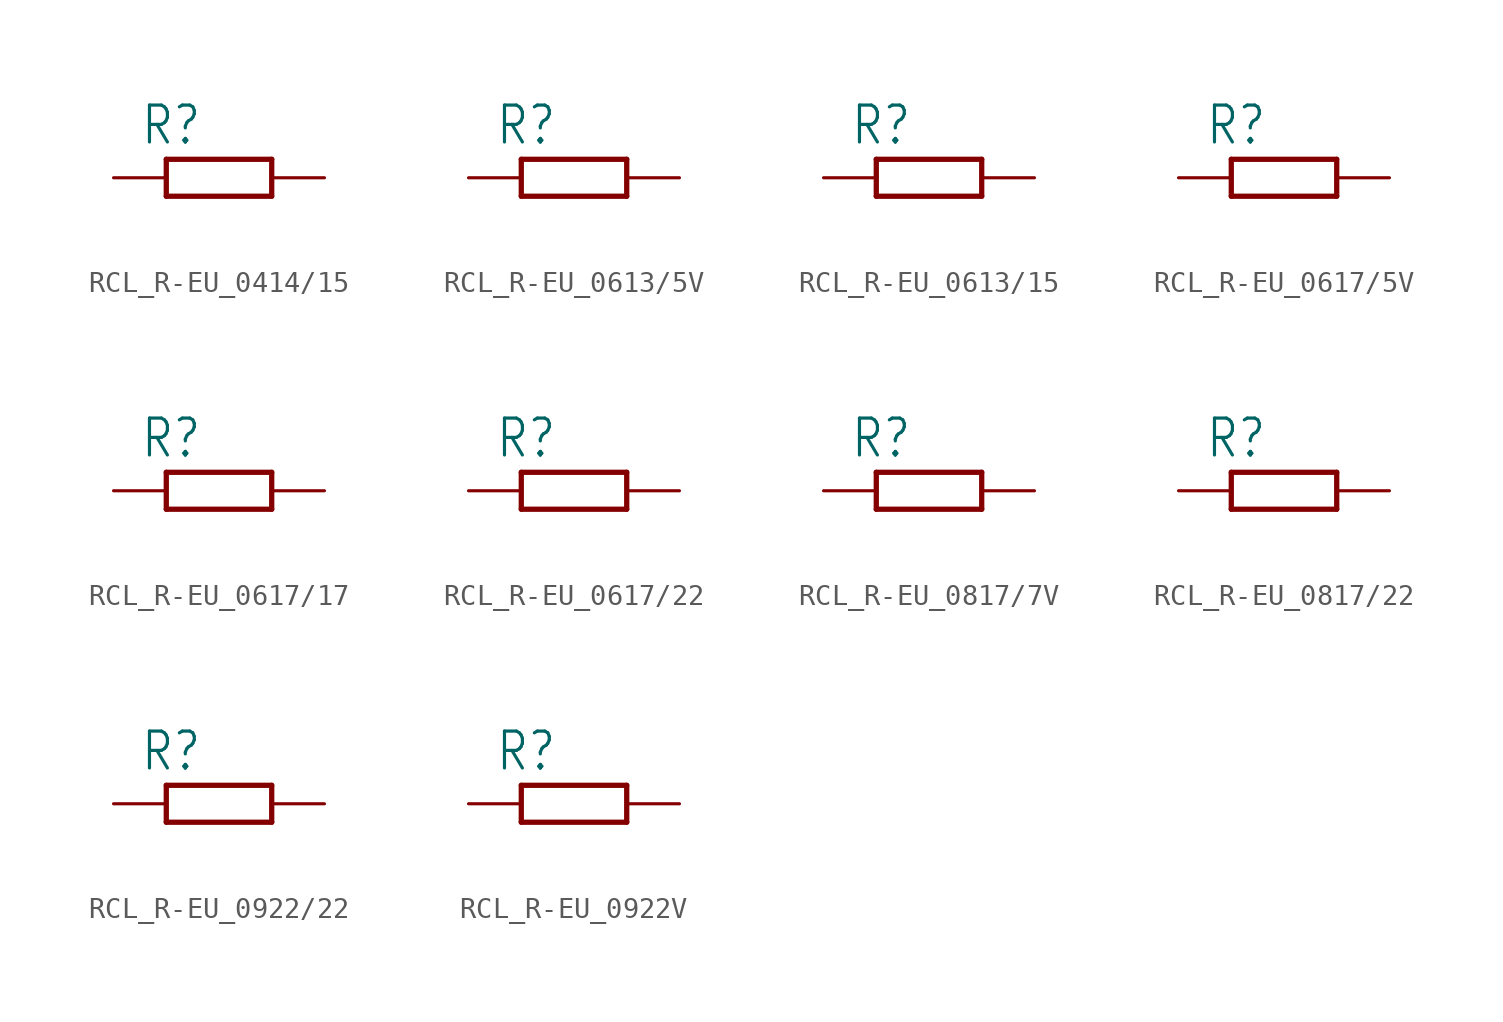
<source format=kicad_sym>
(kicad_symbol_lib
  (version 20241209)
  (generator "kicad_symbol_editor")
  (generator_version "9.0")
  (symbol "RCL_R-EU_0414/15"
    (property "Reference" "R"
      (at -3.81 1.499 0)
      (effects (font (size 1.778 1.511)) (justify left bottom)))
    (property "Value" ""
      (at -3.81 -3.302 0)
      (effects (font (size 1.778 1.511)) (justify left bottom)))
    (property "ki_locked" ""
      (at 0 0 0)
      (effects (font (size 1.27 1.27))))
    (symbol "RCL_R-EU_0414/15_1_0"
      (polyline (pts (xy -2.54 -0.889) (xy -2.54 0.889)) (stroke (width 0.254) (type solid)) (fill (type none)))
      (polyline (pts (xy -2.54 -0.889) (xy 2.54 -0.889)) (stroke (width 0.254) (type solid)) (fill (type none)))
      (polyline (pts (xy 2.54 0.889) (xy -2.54 0.889)) (stroke (width 0.254) (type solid)) (fill (type none)))
      (polyline (pts (xy 2.54 -0.889) (xy 2.54 0.889)) (stroke (width 0.254) (type solid)) (fill (type none)))
      (pin passive line (at -5.08 0 0) (length 2.54) (name "1" (effects (font (size 0 0)))) (number "1" (effects (font (size 0 0)))))
      (pin passive line (at 5.08 0 180) (length 2.54) (name "2" (effects (font (size 0 0)))) (number "2" (effects (font (size 0 0)))))))
  (symbol "RCL_R-EU_0613/5V"
    (property "Reference" "R"
      (at -3.81 1.499 0)
      (effects (font (size 1.778 1.511)) (justify left bottom)))
    (property "Value" ""
      (at -3.81 -3.302 0)
      (effects (font (size 1.778 1.511)) (justify left bottom)))
    (property "ki_locked" ""
      (at 0 0 0)
      (effects (font (size 1.27 1.27))))
    (symbol "RCL_R-EU_0613/5V_1_0"
      (polyline (pts (xy -2.54 -0.889) (xy -2.54 0.889)) (stroke (width 0.254) (type solid)) (fill (type none)))
      (polyline (pts (xy -2.54 -0.889) (xy 2.54 -0.889)) (stroke (width 0.254) (type solid)) (fill (type none)))
      (polyline (pts (xy 2.54 0.889) (xy -2.54 0.889)) (stroke (width 0.254) (type solid)) (fill (type none)))
      (polyline (pts (xy 2.54 -0.889) (xy 2.54 0.889)) (stroke (width 0.254) (type solid)) (fill (type none)))
      (pin passive line (at -5.08 0 0) (length 2.54) (name "1" (effects (font (size 0 0)))) (number "1" (effects (font (size 0 0)))))
      (pin passive line (at 5.08 0 180) (length 2.54) (name "2" (effects (font (size 0 0)))) (number "2" (effects (font (size 0 0)))))))
  (symbol "RCL_R-EU_0613/15"
    (property "Reference" "R"
      (at -3.81 1.499 0)
      (effects (font (size 1.778 1.511)) (justify left bottom)))
    (property "Value" ""
      (at -3.81 -3.302 0)
      (effects (font (size 1.778 1.511)) (justify left bottom)))
    (property "ki_locked" ""
      (at 0 0 0)
      (effects (font (size 1.27 1.27))))
    (symbol "RCL_R-EU_0613/15_1_0"
      (polyline (pts (xy -2.54 -0.889) (xy -2.54 0.889)) (stroke (width 0.254) (type solid)) (fill (type none)))
      (polyline (pts (xy -2.54 -0.889) (xy 2.54 -0.889)) (stroke (width 0.254) (type solid)) (fill (type none)))
      (polyline (pts (xy 2.54 0.889) (xy -2.54 0.889)) (stroke (width 0.254) (type solid)) (fill (type none)))
      (polyline (pts (xy 2.54 -0.889) (xy 2.54 0.889)) (stroke (width 0.254) (type solid)) (fill (type none)))
      (pin passive line (at -5.08 0 0) (length 2.54) (name "1" (effects (font (size 0 0)))) (number "1" (effects (font (size 0 0)))))
      (pin passive line (at 5.08 0 180) (length 2.54) (name "2" (effects (font (size 0 0)))) (number "2" (effects (font (size 0 0)))))))
  (symbol "RCL_R-EU_0617/5V"
    (property "Reference" "R"
      (at -3.81 1.499 0)
      (effects (font (size 1.778 1.511)) (justify left bottom)))
    (property "Value" ""
      (at -3.81 -3.302 0)
      (effects (font (size 1.778 1.511)) (justify left bottom)))
    (property "ki_locked" ""
      (at 0 0 0)
      (effects (font (size 1.27 1.27))))
    (symbol "RCL_R-EU_0617/5V_1_0"
      (polyline (pts (xy -2.54 -0.889) (xy -2.54 0.889)) (stroke (width 0.254) (type solid)) (fill (type none)))
      (polyline (pts (xy -2.54 -0.889) (xy 2.54 -0.889)) (stroke (width 0.254) (type solid)) (fill (type none)))
      (polyline (pts (xy 2.54 0.889) (xy -2.54 0.889)) (stroke (width 0.254) (type solid)) (fill (type none)))
      (polyline (pts (xy 2.54 -0.889) (xy 2.54 0.889)) (stroke (width 0.254) (type solid)) (fill (type none)))
      (pin passive line (at -5.08 0 0) (length 2.54) (name "1" (effects (font (size 0 0)))) (number "1" (effects (font (size 0 0)))))
      (pin passive line (at 5.08 0 180) (length 2.54) (name "2" (effects (font (size 0 0)))) (number "2" (effects (font (size 0 0)))))))
  (symbol "RCL_R-EU_0617/17"
    (property "Reference" "R"
      (at -3.81 1.499 0)
      (effects (font (size 1.778 1.511)) (justify left bottom)))
    (property "Value" ""
      (at -3.81 -3.302 0)
      (effects (font (size 1.778 1.511)) (justify left bottom)))
    (property "ki_locked" ""
      (at 0 0 0)
      (effects (font (size 1.27 1.27))))
    (symbol "RCL_R-EU_0617/17_1_0"
      (polyline (pts (xy -2.54 -0.889) (xy -2.54 0.889)) (stroke (width 0.254) (type solid)) (fill (type none)))
      (polyline (pts (xy -2.54 -0.889) (xy 2.54 -0.889)) (stroke (width 0.254) (type solid)) (fill (type none)))
      (polyline (pts (xy 2.54 0.889) (xy -2.54 0.889)) (stroke (width 0.254) (type solid)) (fill (type none)))
      (polyline (pts (xy 2.54 -0.889) (xy 2.54 0.889)) (stroke (width 0.254) (type solid)) (fill (type none)))
      (pin passive line (at -5.08 0 0) (length 2.54) (name "1" (effects (font (size 0 0)))) (number "1" (effects (font (size 0 0)))))
      (pin passive line (at 5.08 0 180) (length 2.54) (name "2" (effects (font (size 0 0)))) (number "2" (effects (font (size 0 0)))))))
  (symbol "RCL_R-EU_0617/22"
    (property "Reference" "R"
      (at -3.81 1.499 0)
      (effects (font (size 1.778 1.511)) (justify left bottom)))
    (property "Value" ""
      (at -3.81 -3.302 0)
      (effects (font (size 1.778 1.511)) (justify left bottom)))
    (property "ki_locked" ""
      (at 0 0 0)
      (effects (font (size 1.27 1.27))))
    (symbol "RCL_R-EU_0617/22_1_0"
      (polyline (pts (xy -2.54 -0.889) (xy -2.54 0.889)) (stroke (width 0.254) (type solid)) (fill (type none)))
      (polyline (pts (xy -2.54 -0.889) (xy 2.54 -0.889)) (stroke (width 0.254) (type solid)) (fill (type none)))
      (polyline (pts (xy 2.54 0.889) (xy -2.54 0.889)) (stroke (width 0.254) (type solid)) (fill (type none)))
      (polyline (pts (xy 2.54 -0.889) (xy 2.54 0.889)) (stroke (width 0.254) (type solid)) (fill (type none)))
      (pin passive line (at -5.08 0 0) (length 2.54) (name "1" (effects (font (size 0 0)))) (number "1" (effects (font (size 0 0)))))
      (pin passive line (at 5.08 0 180) (length 2.54) (name "2" (effects (font (size 0 0)))) (number "2" (effects (font (size 0 0)))))))
  (symbol "RCL_R-EU_0817/7V"
    (property "Reference" "R"
      (at -3.81 1.499 0)
      (effects (font (size 1.778 1.511)) (justify left bottom)))
    (property "Value" ""
      (at -3.81 -3.302 0)
      (effects (font (size 1.778 1.511)) (justify left bottom)))
    (property "ki_locked" ""
      (at 0 0 0)
      (effects (font (size 1.27 1.27))))
    (symbol "RCL_R-EU_0817/7V_1_0"
      (polyline (pts (xy -2.54 -0.889) (xy -2.54 0.889)) (stroke (width 0.254) (type solid)) (fill (type none)))
      (polyline (pts (xy -2.54 -0.889) (xy 2.54 -0.889)) (stroke (width 0.254) (type solid)) (fill (type none)))
      (polyline (pts (xy 2.54 0.889) (xy -2.54 0.889)) (stroke (width 0.254) (type solid)) (fill (type none)))
      (polyline (pts (xy 2.54 -0.889) (xy 2.54 0.889)) (stroke (width 0.254) (type solid)) (fill (type none)))
      (pin passive line (at -5.08 0 0) (length 2.54) (name "1" (effects (font (size 0 0)))) (number "1" (effects (font (size 0 0)))))
      (pin passive line (at 5.08 0 180) (length 2.54) (name "2" (effects (font (size 0 0)))) (number "2" (effects (font (size 0 0)))))))
  (symbol "RCL_R-EU_0817/22"
    (property "Reference" "R"
      (at -3.81 1.499 0)
      (effects (font (size 1.778 1.511)) (justify left bottom)))
    (property "Value" ""
      (at -3.81 -3.302 0)
      (effects (font (size 1.778 1.511)) (justify left bottom)))
    (property "ki_locked" ""
      (at 0 0 0)
      (effects (font (size 1.27 1.27))))
    (symbol "RCL_R-EU_0817/22_1_0"
      (polyline (pts (xy -2.54 -0.889) (xy -2.54 0.889)) (stroke (width 0.254) (type solid)) (fill (type none)))
      (polyline (pts (xy -2.54 -0.889) (xy 2.54 -0.889)) (stroke (width 0.254) (type solid)) (fill (type none)))
      (polyline (pts (xy 2.54 0.889) (xy -2.54 0.889)) (stroke (width 0.254) (type solid)) (fill (type none)))
      (polyline (pts (xy 2.54 -0.889) (xy 2.54 0.889)) (stroke (width 0.254) (type solid)) (fill (type none)))
      (pin passive line (at -5.08 0 0) (length 2.54) (name "1" (effects (font (size 0 0)))) (number "1" (effects (font (size 0 0)))))
      (pin passive line (at 5.08 0 180) (length 2.54) (name "2" (effects (font (size 0 0)))) (number "2" (effects (font (size 0 0)))))))
  (symbol "RCL_R-EU_0922/22"
    (property "Reference" "R"
      (at -3.81 1.499 0)
      (effects (font (size 1.778 1.511)) (justify left bottom)))
    (property "Value" ""
      (at -3.81 -3.302 0)
      (effects (font (size 1.778 1.511)) (justify left bottom)))
    (property "ki_locked" ""
      (at 0 0 0)
      (effects (font (size 1.27 1.27))))
    (symbol "RCL_R-EU_0922/22_1_0"
      (polyline (pts (xy -2.54 -0.889) (xy -2.54 0.889)) (stroke (width 0.254) (type solid)) (fill (type none)))
      (polyline (pts (xy -2.54 -0.889) (xy 2.54 -0.889)) (stroke (width 0.254) (type solid)) (fill (type none)))
      (polyline (pts (xy 2.54 0.889) (xy -2.54 0.889)) (stroke (width 0.254) (type solid)) (fill (type none)))
      (polyline (pts (xy 2.54 -0.889) (xy 2.54 0.889)) (stroke (width 0.254) (type solid)) (fill (type none)))
      (pin passive line (at -5.08 0 0) (length 2.54) (name "1" (effects (font (size 0 0)))) (number "1" (effects (font (size 0 0)))))
      (pin passive line (at 5.08 0 180) (length 2.54) (name "2" (effects (font (size 0 0)))) (number "2" (effects (font (size 0 0)))))))
  (symbol "RCL_R-EU_0922V"
    (property "Reference" "R"
      (at -3.81 1.499 0)
      (effects (font (size 1.778 1.511)) (justify left bottom)))
    (property "Value" ""
      (at -3.81 -3.302 0)
      (effects (font (size 1.778 1.511)) (justify left bottom)))
    (property "ki_locked" ""
      (at 0 0 0)
      (effects (font (size 1.27 1.27))))
    (symbol "RCL_R-EU_0922V_1_0"
      (polyline (pts (xy -2.54 -0.889) (xy -2.54 0.889)) (stroke (width 0.254) (type solid)) (fill (type none)))
      (polyline (pts (xy -2.54 -0.889) (xy 2.54 -0.889)) (stroke (width 0.254) (type solid)) (fill (type none)))
      (polyline (pts (xy 2.54 0.889) (xy -2.54 0.889)) (stroke (width 0.254) (type solid)) (fill (type none)))
      (polyline (pts (xy 2.54 -0.889) (xy 2.54 0.889)) (stroke (width 0.254) (type solid)) (fill (type none)))
      (pin passive line (at -5.08 0 0) (length 2.54) (name "1" (effects (font (size 0 0)))) (number "1" (effects (font (size 0 0)))))
      (pin passive line (at 5.08 0 180) (length 2.54) (name "2" (effects (font (size 0 0)))) (number "2" (effects (font (size 0 0))))))))
</source>
